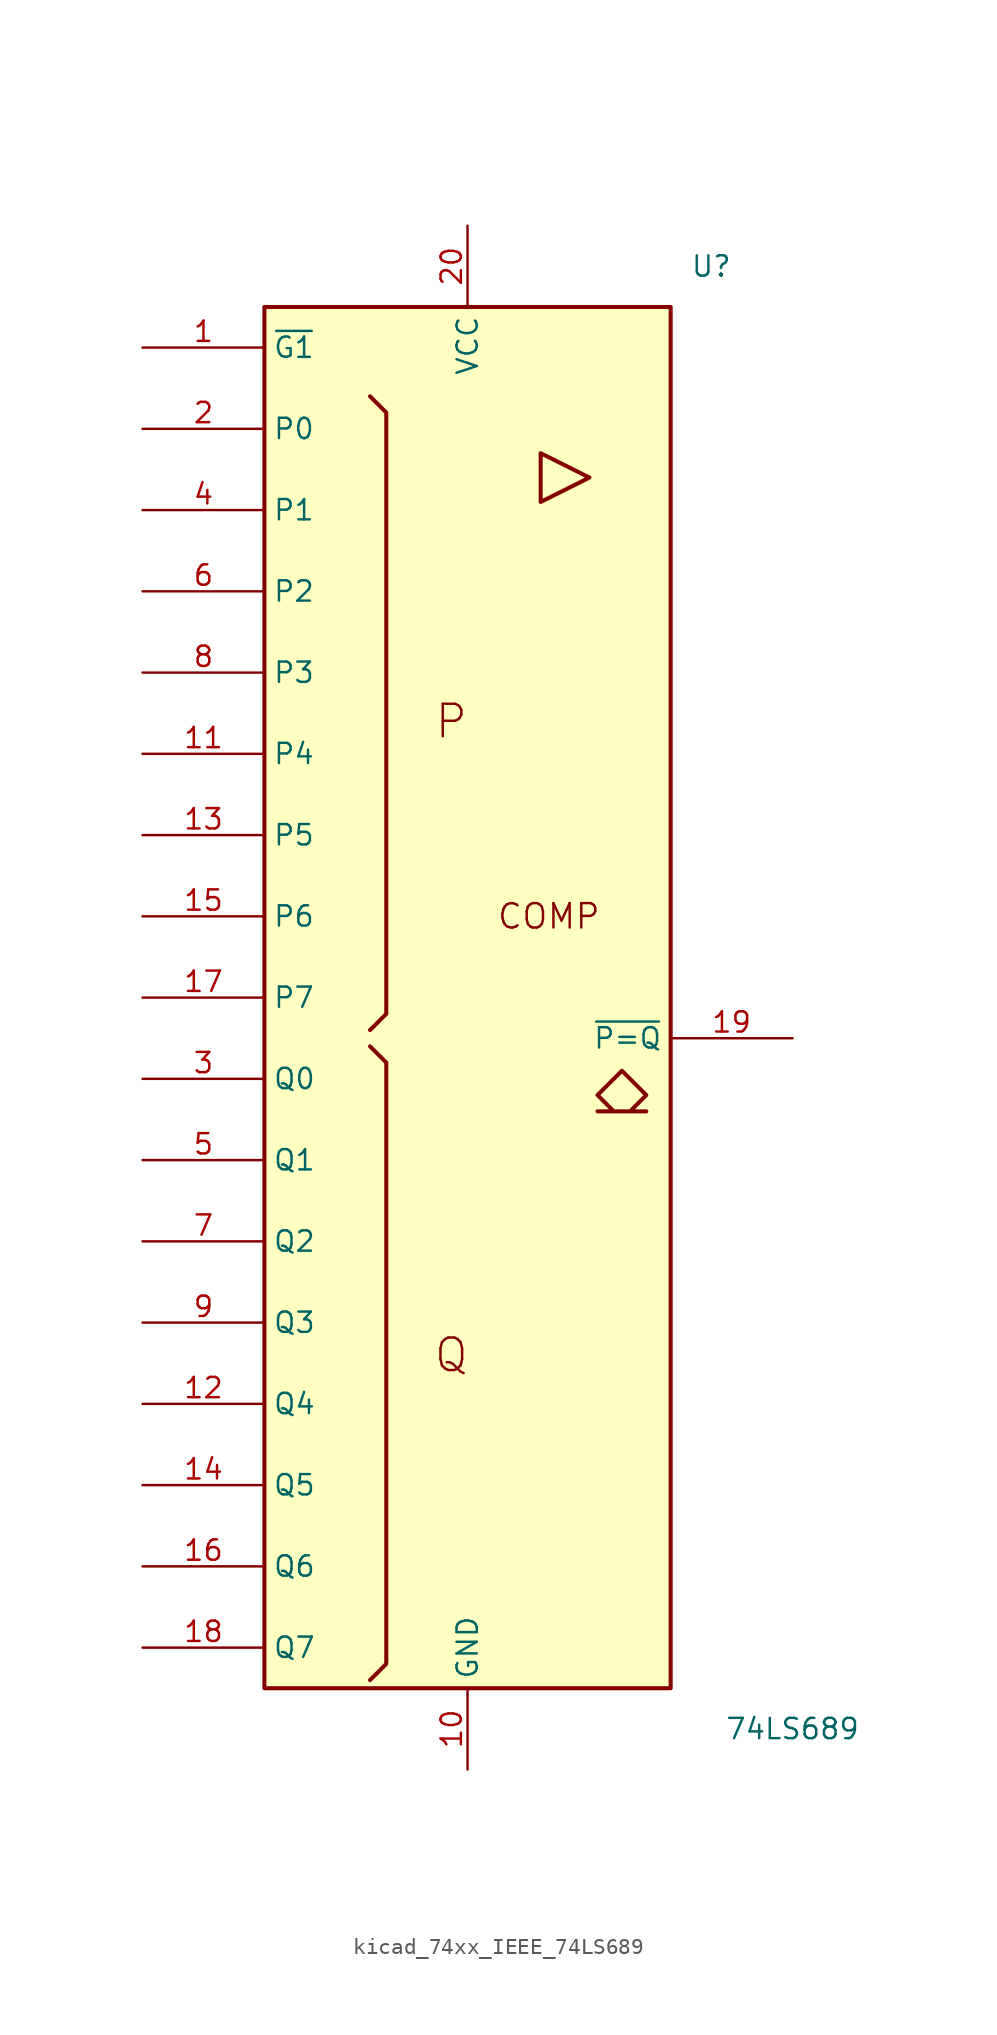
<source format=kicad_sym>
(kicad_symbol_lib
  (version 20220914)
  (generator kicad_symbol_editor)
  (symbol "kicad_74xx_IEEE_74LS689"
    (property "Reference" "U"
      (at 15.24 45.72 0)
      (effects (font (size 1.27 1.27))))
    (property "Value" "74LS689"
      (at 20.32 -45.72 0)
      (effects (font (size 1.27 1.27))))
    (symbol "kicad_74xx_IEEE_74LS689_0_0"
      (polyline (pts (xy 4.572 34.036) (xy 4.572 30.988) (xy 7.62 32.512) (xy 4.572 34.036) (xy 4.572 34.036)) (stroke (width 0.254) (type default)) (fill (type background)))
      (polyline (pts (xy 9.652 -4.572) (xy 11.176 -6.096) (xy 10.16 -7.112) (xy 11.176 -7.112) (xy 8.128 -7.112) (xy 9.144 -7.112) (xy 8.128 -6.096) (xy 9.652 -4.572) (xy 9.652 -4.572)) (stroke (width 0.254) (type default)) (fill (type background)))
      (text "COMP" (at 5.08 5.08 0) (effects (font (size 1.524 1.524))))
      (text "P" (at -1.016 17.272 0) (effects (font (size 2.032 2.032))))
      (text "Q" (at -1.016 -22.352 0) (effects (font (size 2.032 2.032)))))
    (symbol "kicad_74xx_IEEE_74LS689_0_1"
      (rectangle (start -12.7 43.18) (end 12.7 -43.18) (stroke (width 0.254) (type default)) (fill (type background)))
      (polyline (pts (xy -6.096 -3.048) (xy -5.08 -4.064) (xy -5.08 -41.656) (xy -6.096 -42.672) (xy -6.096 -42.672)) (stroke (width 0.254) (type default)) (fill (type background)))
      (polyline (pts (xy -6.096 37.592) (xy -5.08 36.576) (xy -5.08 -1.016) (xy -6.096 -2.032) (xy -6.096 -2.032)) (stroke (width 0.254) (type default)) (fill (type background))))
    (symbol "kicad_74xx_IEEE_74LS689_1_1"
      (pin output line (at -20.32 40.64 0) (length 7.62) (name "~{G1}" (effects (font (size 1.27 1.27)))) (number "1" (effects (font (size 1.27 1.27)))))
      (pin power_in line (at 0 -48.26 90) (length 5.08) (name "GND" (effects (font (size 1.27 1.27)))) (number "10" (effects (font (size 1.27 1.27)))))
      (pin input line (at -20.32 15.24 0) (length 7.62) (name "P4" (effects (font (size 1.27 1.27)))) (number "11" (effects (font (size 1.27 1.27)))))
      (pin input line (at -20.32 -25.4 0) (length 7.62) (name "Q4" (effects (font (size 1.27 1.27)))) (number "12" (effects (font (size 1.27 1.27)))))
      (pin input line (at -20.32 10.16 0) (length 7.62) (name "P5" (effects (font (size 1.27 1.27)))) (number "13" (effects (font (size 1.27 1.27)))))
      (pin input line (at -20.32 -30.48 0) (length 7.62) (name "Q5" (effects (font (size 1.27 1.27)))) (number "14" (effects (font (size 1.27 1.27)))))
      (pin input line (at -20.32 5.08 0) (length 7.62) (name "P6" (effects (font (size 1.27 1.27)))) (number "15" (effects (font (size 1.27 1.27)))))
      (pin input line (at -20.32 -35.56 0) (length 7.62) (name "Q6" (effects (font (size 1.27 1.27)))) (number "16" (effects (font (size 1.27 1.27)))))
      (pin input line (at -20.32 0 0) (length 7.62) (name "P7" (effects (font (size 1.27 1.27)))) (number "17" (effects (font (size 1.27 1.27)))))
      (pin input line (at -20.32 -40.64 0) (length 7.62) (name "Q7" (effects (font (size 1.27 1.27)))) (number "18" (effects (font (size 1.27 1.27)))))
      (pin output line (at 20.32 -2.54 180) (length 7.62) (name "~{P=Q}" (effects (font (size 1.27 1.27)))) (number "19" (effects (font (size 1.27 1.27)))))
      (pin input line (at -20.32 35.56 0) (length 7.62) (name "P0" (effects (font (size 1.27 1.27)))) (number "2" (effects (font (size 1.27 1.27)))))
      (pin power_in line (at 0 48.26 270) (length 5.08) (name "VCC" (effects (font (size 1.27 1.27)))) (number "20" (effects (font (size 1.27 1.27)))))
      (pin input line (at -20.32 -5.08 0) (length 7.62) (name "Q0" (effects (font (size 1.27 1.27)))) (number "3" (effects (font (size 1.27 1.27)))))
      (pin input line (at -20.32 30.48 0) (length 7.62) (name "P1" (effects (font (size 1.27 1.27)))) (number "4" (effects (font (size 1.27 1.27)))))
      (pin input line (at -20.32 -10.16 0) (length 7.62) (name "Q1" (effects (font (size 1.27 1.27)))) (number "5" (effects (font (size 1.27 1.27)))))
      (pin input line (at -20.32 25.4 0) (length 7.62) (name "P2" (effects (font (size 1.27 1.27)))) (number "6" (effects (font (size 1.27 1.27)))))
      (pin input line (at -20.32 -15.24 0) (length 7.62) (name "Q2" (effects (font (size 1.27 1.27)))) (number "7" (effects (font (size 1.27 1.27)))))
      (pin input line (at -20.32 20.32 0) (length 7.62) (name "P3" (effects (font (size 1.27 1.27)))) (number "8" (effects (font (size 1.27 1.27)))))
      (pin input line (at -20.32 -20.32 0) (length 7.62) (name "Q3" (effects (font (size 1.27 1.27)))) (number "9" (effects (font (size 1.27 1.27))))))))
</source>
